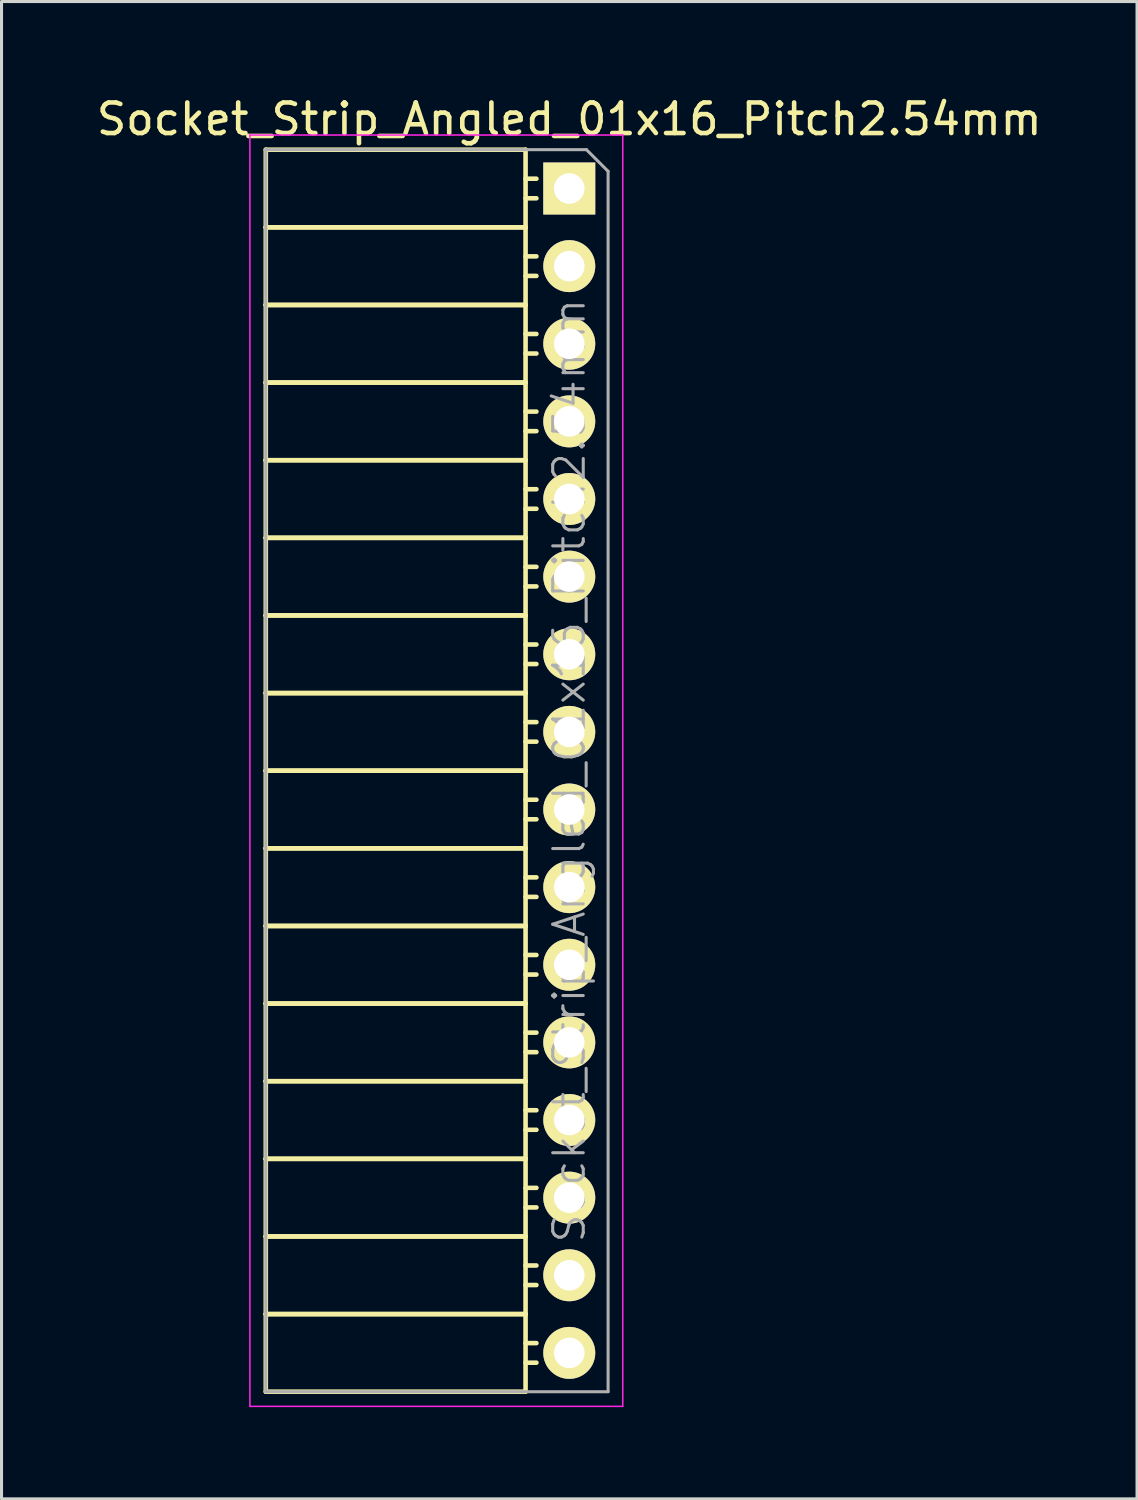
<source format=kicad_pcb>
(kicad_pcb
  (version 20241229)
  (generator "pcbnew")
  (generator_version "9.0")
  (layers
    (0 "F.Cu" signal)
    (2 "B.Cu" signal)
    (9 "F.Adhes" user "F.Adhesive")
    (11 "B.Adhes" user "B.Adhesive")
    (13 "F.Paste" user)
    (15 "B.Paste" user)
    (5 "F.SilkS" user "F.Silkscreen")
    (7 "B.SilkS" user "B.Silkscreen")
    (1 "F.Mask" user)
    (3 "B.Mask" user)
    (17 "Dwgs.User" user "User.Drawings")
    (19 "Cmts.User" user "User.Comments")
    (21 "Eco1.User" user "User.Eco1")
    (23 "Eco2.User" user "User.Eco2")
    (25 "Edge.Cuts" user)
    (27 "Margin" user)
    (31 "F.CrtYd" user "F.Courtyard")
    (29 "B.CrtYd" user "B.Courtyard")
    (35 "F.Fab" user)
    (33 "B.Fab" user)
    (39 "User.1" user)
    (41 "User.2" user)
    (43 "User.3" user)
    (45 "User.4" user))
  (footprint "Socket_Strip_Angled_01x16_Pitch2.54mm"
    (layer "F.Cu")
    (at 15.577 3.118)
    (property "Reference" "Socket_Strip_Angled_01x16_Pitch2.54mm" (at 0 -2.27 0) (layer "F.SilkS") (effects (font (size 1 1) (thickness 0.15))))
    (attr smd)
    (fp_line (start -9.93 -1.27) (end -9.93 1.27) (stroke (width 0.15) (type solid)) (layer "F.SilkS"))
    (fp_line (start -9.93 -1.27) (end -1.43 -1.27) (stroke (width 0.15) (type solid)) (layer "F.SilkS"))
    (fp_line (start -9.93 1.27) (end -9.93 3.81) (stroke (width 0.15) (type solid)) (layer "F.SilkS"))
    (fp_line (start -9.93 1.27) (end -1.43 1.27) (stroke (width 0.15) (type solid)) (layer "F.SilkS"))
    (fp_line (start -9.93 1.27) (end -1.43 1.27) (stroke (width 0.15) (type solid)) (layer "F.SilkS"))
    (fp_line (start -9.93 3.81) (end -9.93 6.35) (stroke (width 0.15) (type solid)) (layer "F.SilkS"))
    (fp_line (start -9.93 3.81) (end -1.43 3.81) (stroke (width 0.15) (type solid)) (layer "F.SilkS"))
    (fp_line (start -9.93 3.81) (end -1.43 3.81) (stroke (width 0.15) (type solid)) (layer "F.SilkS"))
    (fp_line (start -9.93 6.35) (end -9.93 8.89) (stroke (width 0.15) (type solid)) (layer "F.SilkS"))
    (fp_line (start -9.93 6.35) (end -1.43 6.35) (stroke (width 0.15) (type solid)) (layer "F.SilkS"))
    (fp_line (start -9.93 6.35) (end -1.43 6.35) (stroke (width 0.15) (type solid)) (layer "F.SilkS"))
    (fp_line (start -9.93 8.89) (end -9.93 11.43) (stroke (width 0.15) (type solid)) (layer "F.SilkS"))
    (fp_line (start -9.93 8.89) (end -1.43 8.89) (stroke (width 0.15) (type solid)) (layer "F.SilkS"))
    (fp_line (start -9.93 8.89) (end -1.43 8.89) (stroke (width 0.15) (type solid)) (layer "F.SilkS"))
    (fp_line (start -9.93 11.43) (end -9.93 13.97) (stroke (width 0.15) (type solid)) (layer "F.SilkS"))
    (fp_line (start -9.93 11.43) (end -1.43 11.43) (stroke (width 0.15) (type solid)) (layer "F.SilkS"))
    (fp_line (start -9.93 11.43) (end -1.43 11.43) (stroke (width 0.15) (type solid)) (layer "F.SilkS"))
    (fp_line (start -9.93 13.97) (end -9.93 16.51) (stroke (width 0.15) (type solid)) (layer "F.SilkS"))
    (fp_line (start -9.93 13.97) (end -1.43 13.97) (stroke (width 0.15) (type solid)) (layer "F.SilkS"))
    (fp_line (start -9.93 13.97) (end -1.43 13.97) (stroke (width 0.15) (type solid)) (layer "F.SilkS"))
    (fp_line (start -9.93 16.51) (end -9.93 19.05) (stroke (width 0.15) (type solid)) (layer "F.SilkS"))
    (fp_line (start -9.93 16.51) (end -1.43 16.51) (stroke (width 0.15) (type solid)) (layer "F.SilkS"))
    (fp_line (start -9.93 16.51) (end -1.43 16.51) (stroke (width 0.15) (type solid)) (layer "F.SilkS"))
    (fp_line (start -9.93 19.05) (end -9.93 21.59) (stroke (width 0.15) (type solid)) (layer "F.SilkS"))
    (fp_line (start -9.93 19.05) (end -1.43 19.05) (stroke (width 0.15) (type solid)) (layer "F.SilkS"))
    (fp_line (start -9.93 19.05) (end -1.43 19.05) (stroke (width 0.15) (type solid)) (layer "F.SilkS"))
    (fp_line (start -9.93 21.59) (end -9.93 24.13) (stroke (width 0.15) (type solid)) (layer "F.SilkS"))
    (fp_line (start -9.93 21.59) (end -1.43 21.59) (stroke (width 0.15) (type solid)) (layer "F.SilkS"))
    (fp_line (start -9.93 21.59) (end -1.43 21.59) (stroke (width 0.15) (type solid)) (layer "F.SilkS"))
    (fp_line (start -9.93 24.13) (end -9.93 26.67) (stroke (width 0.15) (type solid)) (layer "F.SilkS"))
    (fp_line (start -9.93 24.13) (end -1.43 24.13) (stroke (width 0.15) (type solid)) (layer "F.SilkS"))
    (fp_line (start -9.93 24.13) (end -1.43 24.13) (stroke (width 0.15) (type solid)) (layer "F.SilkS"))
    (fp_line (start -9.93 26.67) (end -9.93 29.21) (stroke (width 0.15) (type solid)) (layer "F.SilkS"))
    (fp_line (start -9.93 26.67) (end -1.43 26.67) (stroke (width 0.15) (type solid)) (layer "F.SilkS"))
    (fp_line (start -9.93 26.67) (end -1.43 26.67) (stroke (width 0.15) (type solid)) (layer "F.SilkS"))
    (fp_line (start -9.93 29.21) (end -9.93 31.75) (stroke (width 0.15) (type solid)) (layer "F.SilkS"))
    (fp_line (start -9.93 29.21) (end -1.43 29.21) (stroke (width 0.15) (type solid)) (layer "F.SilkS"))
    (fp_line (start -9.93 29.21) (end -1.43 29.21) (stroke (width 0.15) (type solid)) (layer "F.SilkS"))
    (fp_line (start -9.93 31.75) (end -9.93 34.29) (stroke (width 0.15) (type solid)) (layer "F.SilkS"))
    (fp_line (start -9.93 31.75) (end -1.43 31.75) (stroke (width 0.15) (type solid)) (layer "F.SilkS"))
    (fp_line (start -9.93 31.75) (end -1.43 31.75) (stroke (width 0.15) (type solid)) (layer "F.SilkS"))
    (fp_line (start -9.93 34.29) (end -9.93 36.83) (stroke (width 0.15) (type solid)) (layer "F.SilkS"))
    (fp_line (start -9.93 34.29) (end -1.43 34.29) (stroke (width 0.15) (type solid)) (layer "F.SilkS"))
    (fp_line (start -9.93 34.29) (end -1.43 34.29) (stroke (width 0.15) (type solid)) (layer "F.SilkS"))
    (fp_line (start -9.93 36.83) (end -9.93 39.37) (stroke (width 0.15) (type solid)) (layer "F.SilkS"))
    (fp_line (start -9.93 36.83) (end -1.43 36.83) (stroke (width 0.15) (type solid)) (layer "F.SilkS"))
    (fp_line (start -9.93 36.83) (end -1.43 36.83) (stroke (width 0.15) (type solid)) (layer "F.SilkS"))
    (fp_line (start -9.93 39.37) (end -1.43 39.37) (stroke (width 0.15) (type solid)) (layer "F.SilkS"))
    (fp_line (start -1.43 -1.27) (end -1.43 1.27) (stroke (width 0.15) (type solid)) (layer "F.SilkS"))
    (fp_line (start -1.43 -0.32) (end -1.075 -0.32) (stroke (width 0.15) (type solid)) (layer "F.SilkS"))
    (fp_line (start -1.43 0.32) (end -1.075 0.32) (stroke (width 0.15) (type solid)) (layer "F.SilkS"))
    (fp_line (start -1.43 1.27) (end -1.43 3.81) (stroke (width 0.15) (type solid)) (layer "F.SilkS"))
    (fp_line (start -1.43 2.22) (end -1.075 2.22) (stroke (width 0.15) (type solid)) (layer "F.SilkS"))
    (fp_line (start -1.43 2.86) (end -1.075 2.86) (stroke (width 0.15) (type solid)) (layer "F.SilkS"))
    (fp_line (start -1.43 3.81) (end -1.43 6.35) (stroke (width 0.15) (type solid)) (layer "F.SilkS"))
    (fp_line (start -1.43 4.76) (end -1.075 4.76) (stroke (width 0.15) (type solid)) (layer "F.SilkS"))
    (fp_line (start -1.43 5.4) (end -1.075 5.4) (stroke (width 0.15) (type solid)) (layer "F.SilkS"))
    (fp_line (start -1.43 6.35) (end -1.43 8.89) (stroke (width 0.15) (type solid)) (layer "F.SilkS"))
    (fp_line (start -1.43 7.3) (end -1.075 7.3) (stroke (width 0.15) (type solid)) (layer "F.SilkS"))
    (fp_line (start -1.43 7.94) (end -1.075 7.94) (stroke (width 0.15) (type solid)) (layer "F.SilkS"))
    (fp_line (start -1.43 8.89) (end -1.43 11.43) (stroke (width 0.15) (type solid)) (layer "F.SilkS"))
    (fp_line (start -1.43 9.84) (end -1.075 9.84) (stroke (width 0.15) (type solid)) (layer "F.SilkS"))
    (fp_line (start -1.43 10.48) (end -1.075 10.48) (stroke (width 0.15) (type solid)) (layer "F.SilkS"))
    (fp_line (start -1.43 11.43) (end -1.43 13.97) (stroke (width 0.15) (type solid)) (layer "F.SilkS"))
    (fp_line (start -1.43 12.38) (end -1.075 12.38) (stroke (width 0.15) (type solid)) (layer "F.SilkS"))
    (fp_line (start -1.43 13.02) (end -1.075 13.02) (stroke (width 0.15) (type solid)) (layer "F.SilkS"))
    (fp_line (start -1.43 13.97) (end -1.43 16.51) (stroke (width 0.15) (type solid)) (layer "F.SilkS"))
    (fp_line (start -1.43 14.92) (end -1.075 14.92) (stroke (width 0.15) (type solid)) (layer "F.SilkS"))
    (fp_line (start -1.43 15.56) (end -1.075 15.56) (stroke (width 0.15) (type solid)) (layer "F.SilkS"))
    (fp_line (start -1.43 16.51) (end -1.43 19.05) (stroke (width 0.15) (type solid)) (layer "F.SilkS"))
    (fp_line (start -1.43 17.46) (end -1.075 17.46) (stroke (width 0.15) (type solid)) (layer "F.SilkS"))
    (fp_line (start -1.43 18.1) (end -1.075 18.1) (stroke (width 0.15) (type solid)) (layer "F.SilkS"))
    (fp_line (start -1.43 19.05) (end -1.43 21.59) (stroke (width 0.15) (type solid)) (layer "F.SilkS"))
    (fp_line (start -1.43 20) (end -1.075 20) (stroke (width 0.15) (type solid)) (layer "F.SilkS"))
    (fp_line (start -1.43 20.64) (end -1.075 20.64) (stroke (width 0.15) (type solid)) (layer "F.SilkS"))
    (fp_line (start -1.43 21.59) (end -1.43 24.13) (stroke (width 0.15) (type solid)) (layer "F.SilkS"))
    (fp_line (start -1.43 22.54) (end -1.075 22.54) (stroke (width 0.15) (type solid)) (layer "F.SilkS"))
    (fp_line (start -1.43 23.18) (end -1.075 23.18) (stroke (width 0.15) (type solid)) (layer "F.SilkS"))
    (fp_line (start -1.43 24.13) (end -1.43 26.67) (stroke (width 0.15) (type solid)) (layer "F.SilkS"))
    (fp_line (start -1.43 25.08) (end -1.075 25.08) (stroke (width 0.15) (type solid)) (layer "F.SilkS"))
    (fp_line (start -1.43 25.72) (end -1.075 25.72) (stroke (width 0.15) (type solid)) (layer "F.SilkS"))
    (fp_line (start -1.43 26.67) (end -1.43 29.21) (stroke (width 0.15) (type solid)) (layer "F.SilkS"))
    (fp_line (start -1.43 27.62) (end -1.075 27.62) (stroke (width 0.15) (type solid)) (layer "F.SilkS"))
    (fp_line (start -1.43 28.26) (end -1.075 28.26) (stroke (width 0.15) (type solid)) (layer "F.SilkS"))
    (fp_line (start -1.43 29.21) (end -1.43 31.75) (stroke (width 0.15) (type solid)) (layer "F.SilkS"))
    (fp_line (start -1.43 30.16) (end -1.075 30.16) (stroke (width 0.15) (type solid)) (layer "F.SilkS"))
    (fp_line (start -1.43 30.8) (end -1.075 30.8) (stroke (width 0.15) (type solid)) (layer "F.SilkS"))
    (fp_line (start -1.43 31.75) (end -1.43 34.29) (stroke (width 0.15) (type solid)) (layer "F.SilkS"))
    (fp_line (start -1.43 32.7) (end -1.075 32.7) (stroke (width 0.15) (type solid)) (layer "F.SilkS"))
    (fp_line (start -1.43 33.34) (end -1.075 33.34) (stroke (width 0.15) (type solid)) (layer "F.SilkS"))
    (fp_line (start -1.43 34.29) (end -1.43 36.83) (stroke (width 0.15) (type solid)) (layer "F.SilkS"))
    (fp_line (start -1.43 35.24) (end -1.075 35.24) (stroke (width 0.15) (type solid)) (layer "F.SilkS"))
    (fp_line (start -1.43 35.88) (end -1.075 35.88) (stroke (width 0.15) (type solid)) (layer "F.SilkS"))
    (fp_line (start -1.43 36.83) (end -1.43 39.37) (stroke (width 0.15) (type solid)) (layer "F.SilkS"))
    (fp_line (start -1.43 37.78) (end -1.075 37.78) (stroke (width 0.15) (type solid)) (layer "F.SilkS"))
    (fp_line (start -1.43 38.42) (end -1.075 38.42) (stroke (width 0.15) (type solid)) (layer "F.SilkS"))
    (fp_line (start -10.45 -1.75) (end 1.75 -1.75) (stroke (width 0.05) (type solid)) (layer "F.CrtYd"))
    (fp_line (start -10.45 39.85) (end -10.45 -1.75) (stroke (width 0.05) (type solid)) (layer "F.CrtYd"))
    (fp_line (start -10.45 39.85) (end 1.75 39.85) (stroke (width 0.05) (type solid)) (layer "F.CrtYd"))
    (fp_line (start 1.75 39.85) (end 1.75 -1.75) (stroke (width 0.05) (type solid)) (layer "F.CrtYd"))
    (fp_line (start -9.93 -1.27) (end 0.563 -1.27) (stroke (width 0.1) (type solid)) (layer "F.Fab"))
    (fp_line (start -9.93 39.37) (end -9.93 -1.27) (stroke (width 0.1) (type solid)) (layer "F.Fab"))
    (fp_line (start -9.93 39.37) (end 1.27 39.37) (stroke (width 0.1) (type solid)) (layer "F.Fab"))
    (fp_line (start 1.27 -0.563) (end 0.563 -1.27) (stroke (width 0.1) (type solid)) (layer "F.Fab"))
    (fp_line (start 1.27 39.37) (end 1.27 -0.563) (stroke (width 0.1) (type solid)) (layer "F.Fab"))
    (fp_text user "${REFERENCE}" (at 0 19.05 90) (layer "F.Fab") (effects (font (size 1 1) (thickness 0.1))))
    (pad "1" thru_hole rect (at 0 0) (size 1.7 1.7) (drill 1) (layers "*.Cu" "*.Mask" "F.SilkS"))
    (pad "2" thru_hole oval (at 0 2.54) (size 1.7 1.7) (drill 1) (layers "*.Cu" "*.Mask" "F.SilkS"))
    (pad "3" thru_hole oval (at 0 5.08) (size 1.7 1.7) (drill 1) (layers "*.Cu" "*.Mask" "F.SilkS"))
    (pad "4" thru_hole oval (at 0 7.62) (size 1.7 1.7) (drill 1) (layers "*.Cu" "*.Mask" "F.SilkS"))
    (pad "5" thru_hole oval (at 0 10.16) (size 1.7 1.7) (drill 1) (layers "*.Cu" "*.Mask" "F.SilkS"))
    (pad "6" thru_hole oval (at 0 12.7) (size 1.7 1.7) (drill 1) (layers "*.Cu" "*.Mask" "F.SilkS"))
    (pad "7" thru_hole oval (at 0 15.24) (size 1.7 1.7) (drill 1) (layers "*.Cu" "*.Mask" "F.SilkS"))
    (pad "8" thru_hole oval (at 0 17.78) (size 1.7 1.7) (drill 1) (layers "*.Cu" "*.Mask" "F.SilkS"))
    (pad "9" thru_hole oval (at 0 20.32) (size 1.7 1.7) (drill 1) (layers "*.Cu" "*.Mask" "F.SilkS"))
    (pad "10" thru_hole oval (at 0 22.86) (size 1.7 1.7) (drill 1) (layers "*.Cu" "*.Mask" "F.SilkS"))
    (pad "11" thru_hole oval (at 0 25.4) (size 1.7 1.7) (drill 1) (layers "*.Cu" "*.Mask" "F.SilkS"))
    (pad "12" thru_hole oval (at 0 27.94) (size 1.7 1.7) (drill 1) (layers "*.Cu" "*.Mask" "F.SilkS"))
    (pad "13" thru_hole oval (at 0 30.48) (size 1.7 1.7) (drill 1) (layers "*.Cu" "*.Mask" "F.SilkS"))
    (pad "14" thru_hole oval (at 0 33.02) (size 1.7 1.7) (drill 1) (layers "*.Cu" "*.Mask" "F.SilkS"))
    (pad "15" thru_hole oval (at 0 35.56) (size 1.7 1.7) (drill 1) (layers "*.Cu" "*.Mask" "F.SilkS"))
    (pad "16" thru_hole oval (at 0 38.1) (size 1.7 1.7) (drill 1) (layers "*.Cu" "*.Mask" "F.SilkS")))
  (gr_rect
    (start -3 -3)
    (end 34.155 45.993)
    (stroke (width 0.1) (type default))
    (fill no)
    (layer "Edge.Cuts")))
</source>
